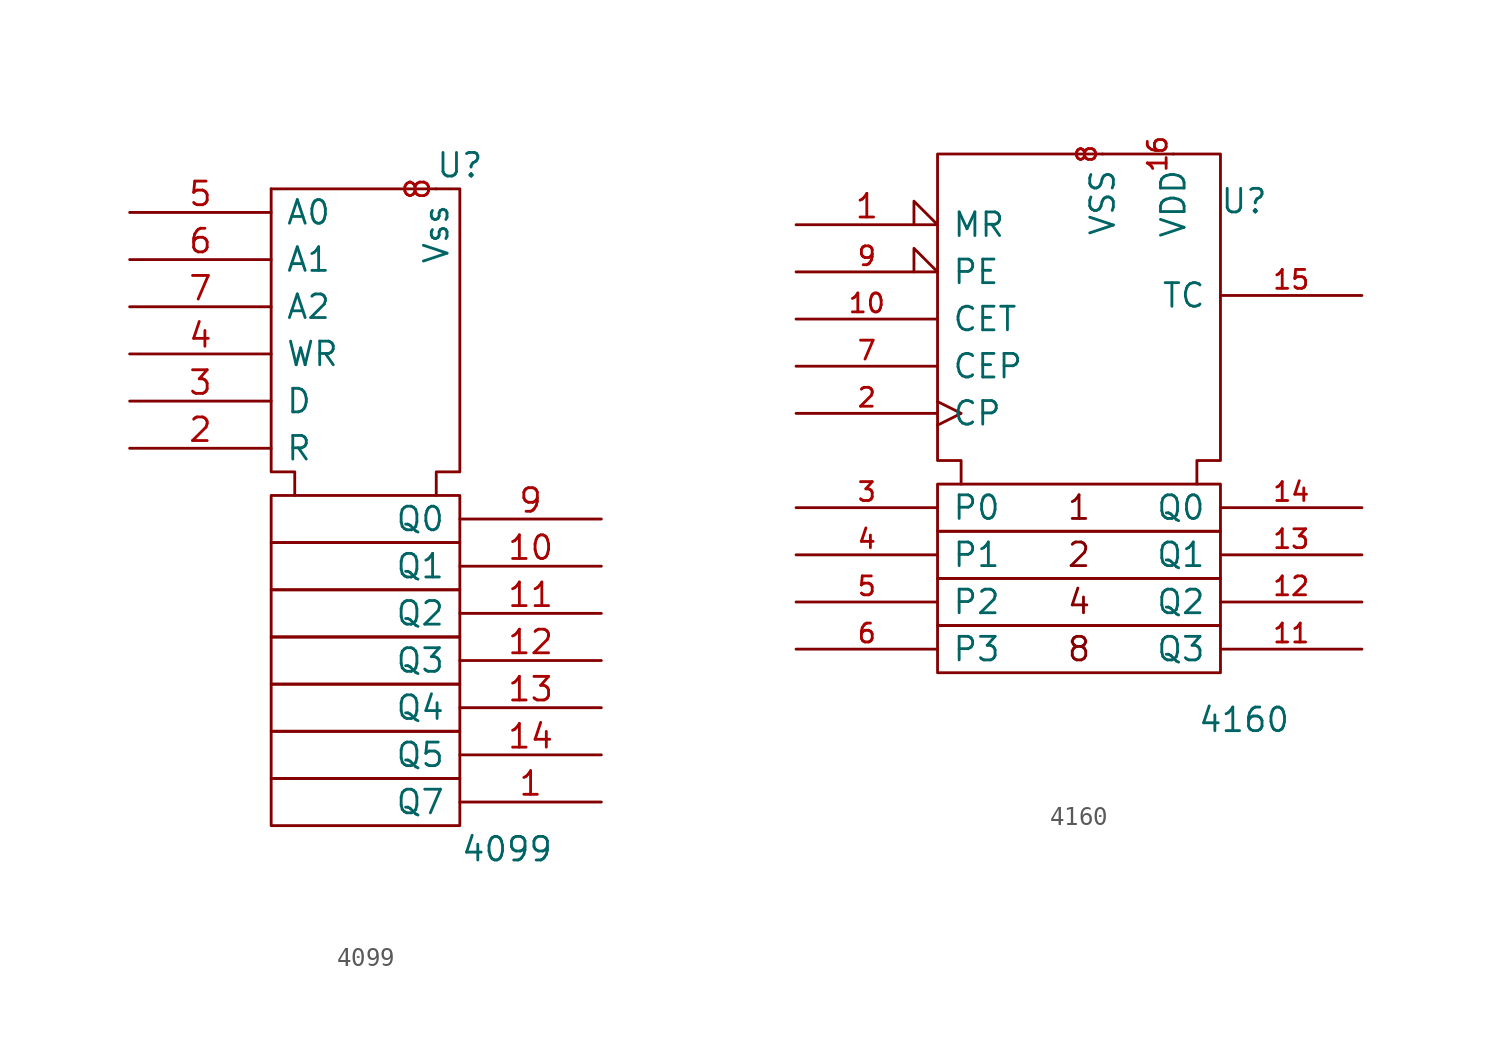
<source format=kicad_sym>
(kicad_symbol_lib
  (version 20201005)
  (generator kicad_symbol_editor)
  (symbol "4099"
    (pin_names
      (offset 0.762))
    (property "Reference" "U"
      (at 5.08 19.05 0)
      (effects (font (size 1.27 1.27))))
    (property "Value" "4099"
      (at 7.62 -17.78 0)
      (effects (font (size 1.27 1.27))))
    (symbol "4099_0_1"
      (rectangle (start -5.08 -13.97) (end 5.08 -16.51) (stroke (width 0)) (fill (type none)))
      (rectangle (start -5.08 -11.43) (end 5.08 -13.97) (stroke (width 0)) (fill (type none)))
      (rectangle (start -5.08 -8.89) (end 5.08 -11.43) (stroke (width 0)) (fill (type none)))
      (rectangle (start -5.08 -6.35) (end 5.08 -8.89) (stroke (width 0)) (fill (type none)))
      (rectangle (start -5.08 -3.81) (end 5.08 -6.35) (stroke (width 0)) (fill (type none)))
      (rectangle (start -5.08 -1.27) (end 5.08 -3.81) (stroke (width 0)) (fill (type none)))
      (rectangle (start -5.08 1.27) (end 5.08 -1.27) (stroke (width 0)) (fill (type none)))
      (polyline (pts (xy -5.08 17.78) (xy -5.08 2.54) (xy -3.81 2.54) (xy -3.81 1.27) (xy -3.81 1.27)) (stroke (width 0)) (fill (type none)))
      (polyline (pts (xy -5.08 17.78) (xy 5.08 17.78) (xy 5.08 2.54) (xy 3.81 2.54) (xy 3.81 1.27) (xy 3.81 1.27)) (stroke (width 0)) (fill (type none))))
    (symbol "4099_1_1"
      (pin output line (at 12.7 -15.24 180) (length 7.62) (name "Q7" (effects (font (size 1.27 1.27)))) (number "1" (effects (font (size 1.27 1.27)))))
      (pin output line (at 12.7 -2.54 180) (length 7.62) (name "Q1" (effects (font (size 1.27 1.27)))) (number "10" (effects (font (size 1.27 1.27)))))
      (pin output line (at 12.7 -5.08 180) (length 7.62) (name "Q2" (effects (font (size 1.27 1.27)))) (number "11" (effects (font (size 1.27 1.27)))))
      (pin output line (at 12.7 -7.62 180) (length 7.62) (name "Q3" (effects (font (size 1.27 1.27)))) (number "12" (effects (font (size 1.27 1.27)))))
      (pin output line (at 12.7 -10.16 180) (length 7.62) (name "Q4" (effects (font (size 1.27 1.27)))) (number "13" (effects (font (size 1.27 1.27)))))
      (pin output line (at 12.7 -12.7 180) (length 7.62) (name "Q5" (effects (font (size 1.27 1.27)))) (number "14" (effects (font (size 1.27 1.27)))))
      (pin power_in line (at 0 17.78 270) (length 0) hide (name "Vdd" (effects (font (size 1.27 1.27)))) (number "16" (effects (font (size 1.27 1.27)))))
      (pin input line (at -12.7 3.81 0) (length 7.62) (name "R" (effects (font (size 1.27 1.27)))) (number "2" (effects (font (size 1.27 1.27)))))
      (pin input line (at -12.7 6.35 0) (length 7.62) (name "D" (effects (font (size 1.27 1.27)))) (number "3" (effects (font (size 1.27 1.27)))))
      (pin input line (at -12.7 8.89 0) (length 7.62) (name "WR" (effects (font (size 1.27 1.27)))) (number "4" (effects (font (size 1.27 1.27)))))
      (pin input line (at -12.7 16.51 0) (length 7.62) (name "A0" (effects (font (size 1.27 1.27)))) (number "5" (effects (font (size 1.27 1.27)))))
      (pin input line (at -12.7 13.97 0) (length 7.62) (name "A1" (effects (font (size 1.27 1.27)))) (number "6" (effects (font (size 1.27 1.27)))))
      (pin input line (at -12.7 11.43 0) (length 7.62) (name "A2" (effects (font (size 1.27 1.27)))) (number "7" (effects (font (size 1.27 1.27)))))
      (pin power_in line (at 3.81 17.78 270) (length 0) (name "Vss" (effects (font (size 1.27 1.27)))) (number "8" (effects (font (size 1.27 1.27)))))
      (pin output line (at 12.7 0 180) (length 7.62) (name "Q0" (effects (font (size 1.27 1.27)))) (number "9" (effects (font (size 1.27 1.27)))))))
  (symbol "4160"
    (pin_names
      (offset 0.762))
    (property "Reference" "U"
      (at 8.89 8.89 0)
      (effects (font (size 1.27 1.27))))
    (property "Value" "4160"
      (at 8.89 -19.05 0)
      (effects (font (size 1.27 1.27))))
    (symbol "4160_0_0"
      (text "1" (at 0 -7.62 0) (effects (font (size 1.27 1.27))))
      (text "2" (at 0 -10.16 0) (effects (font (size 1.27 1.27))))
      (text "4" (at 0 -12.7 0) (effects (font (size 1.27 1.27))))
      (text "8" (at 0 -15.24 0) (effects (font (size 1.27 1.27))))
      (rectangle (start -7.62 -13.97) (end 7.62 -16.51) (stroke (width 0)) (fill (type none)))
      (rectangle (start -7.62 -11.43) (end 7.62 -13.97) (stroke (width 0)) (fill (type none)))
      (rectangle (start -7.62 -8.89) (end 7.62 -11.43) (stroke (width 0)) (fill (type none)))
      (rectangle (start -7.62 -6.35) (end 7.62 -8.89) (stroke (width 0)) (fill (type none)))
      (polyline (pts (xy -6.35 -6.35) (xy -6.35 -5.08) (xy -7.62 -5.08) (xy -7.62 11.43) (xy 7.62 11.43) (xy 7.62 -5.08) (xy 6.35 -5.08) (xy 6.35 -6.35) (xy 6.35 -6.35)) (stroke (width 0)) (fill (type none))))
    (symbol "4160_1_1"
      (pin input input_low (at -15.24 7.62 0) (length 7.62) (name "MR" (effects (font (size 1.27 1.27)))) (number "1" (effects (font (size 1.27 1.27)))))
      (pin input line (at -15.24 2.54 0) (length 7.62) (name "CET" (effects (font (size 1.27 1.27)))) (number "10" (effects (font (size 1.016 1.016)))))
      (pin output line (at 15.24 -15.24 180) (length 7.62) (name "Q3" (effects (font (size 1.27 1.27)))) (number "11" (effects (font (size 1.016 1.016)))))
      (pin output line (at 15.24 -12.7 180) (length 7.62) (name "Q2" (effects (font (size 1.27 1.27)))) (number "12" (effects (font (size 1.016 1.016)))))
      (pin output line (at 15.24 -10.16 180) (length 7.62) (name "Q1" (effects (font (size 1.27 1.27)))) (number "13" (effects (font (size 1.016 1.016)))))
      (pin output line (at 15.24 -7.62 180) (length 7.62) (name "Q0" (effects (font (size 1.27 1.27)))) (number "14" (effects (font (size 1.016 1.016)))))
      (pin output line (at 15.24 3.81 180) (length 7.62) (name "TC" (effects (font (size 1.27 1.27)))) (number "15" (effects (font (size 1.016 1.016)))))
      (pin power_in line (at 5.08 11.43 270) (length 0) (name "VDD" (effects (font (size 1.27 1.27)))) (number "16" (effects (font (size 1.016 1.016)))))
      (pin input clock (at -15.24 -2.54 0) (length 7.62) (name "CP" (effects (font (size 1.27 1.27)))) (number "2" (effects (font (size 1.016 1.016)))))
      (pin input line (at -15.24 -7.62 0) (length 7.62) (name "P0" (effects (font (size 1.27 1.27)))) (number "3" (effects (font (size 1.016 1.016)))))
      (pin input line (at -15.24 -10.16 0) (length 7.62) (name "P1" (effects (font (size 1.27 1.27)))) (number "4" (effects (font (size 1.016 1.016)))))
      (pin input line (at -15.24 -12.7 0) (length 7.62) (name "P2" (effects (font (size 1.27 1.27)))) (number "5" (effects (font (size 1.016 1.016)))))
      (pin input line (at -15.24 -15.24 0) (length 7.62) (name "P3" (effects (font (size 1.27 1.27)))) (number "6" (effects (font (size 1.016 1.016)))))
      (pin input line (at -15.24 0 0) (length 7.62) (name "CEP" (effects (font (size 1.27 1.27)))) (number "7" (effects (font (size 1.016 1.016)))))
      (pin power_in line (at 1.27 11.43 270) (length 0) (name "VSS" (effects (font (size 1.27 1.27)))) (number "8" (effects (font (size 1.016 1.016)))))
      (pin input input_low (at -15.24 5.08 0) (length 7.62) (name "PE" (effects (font (size 1.27 1.27)))) (number "9" (effects (font (size 1.016 1.016))))))))
</source>
